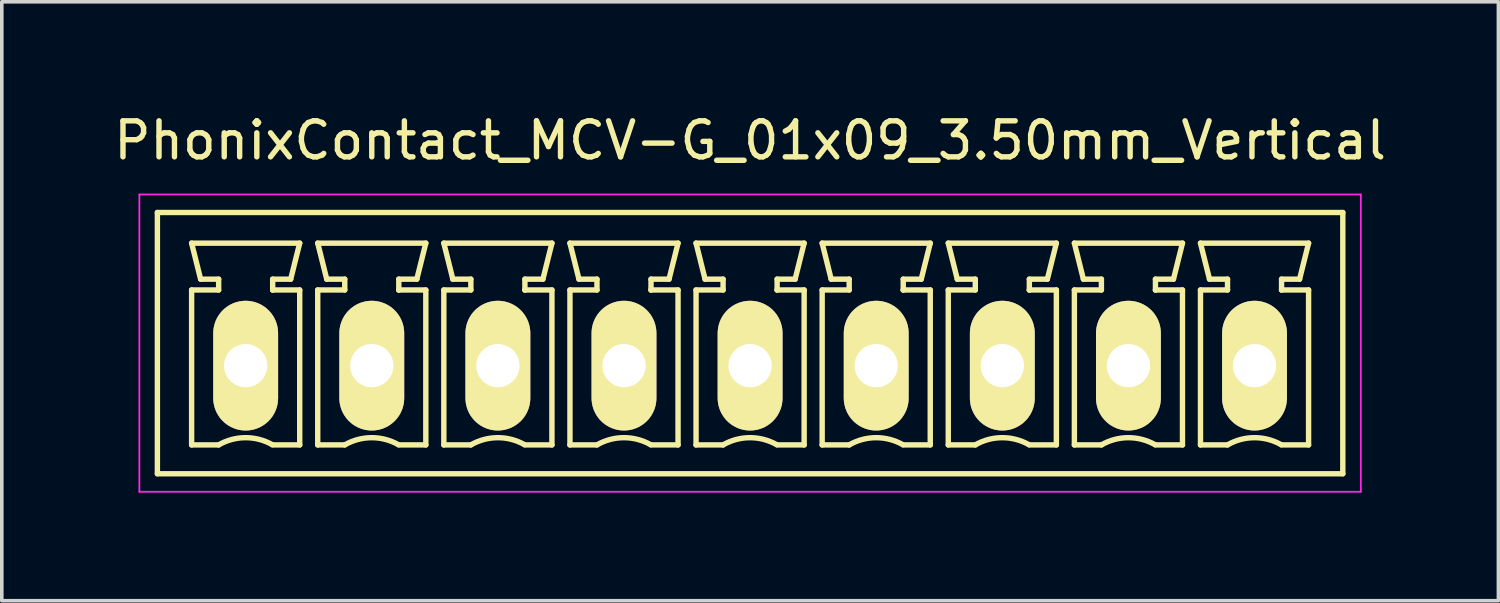
<source format=kicad_pcb>
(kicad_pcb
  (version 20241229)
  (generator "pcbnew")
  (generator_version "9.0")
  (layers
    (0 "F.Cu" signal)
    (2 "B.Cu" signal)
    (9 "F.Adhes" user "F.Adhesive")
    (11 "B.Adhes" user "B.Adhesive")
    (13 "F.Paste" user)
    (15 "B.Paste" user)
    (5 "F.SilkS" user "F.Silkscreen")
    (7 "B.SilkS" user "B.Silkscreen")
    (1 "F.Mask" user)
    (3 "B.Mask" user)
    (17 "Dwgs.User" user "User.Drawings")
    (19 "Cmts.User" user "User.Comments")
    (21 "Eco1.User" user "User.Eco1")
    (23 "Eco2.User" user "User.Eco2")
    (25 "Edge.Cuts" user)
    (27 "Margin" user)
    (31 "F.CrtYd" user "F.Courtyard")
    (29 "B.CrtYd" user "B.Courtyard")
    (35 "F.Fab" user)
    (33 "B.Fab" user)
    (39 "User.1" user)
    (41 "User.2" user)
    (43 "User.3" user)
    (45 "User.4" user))
  (footprint "PhonixContact_MCV-G_01x09_3.50mm_Vertical"
    (layer "F.Cu")
    (at 3.768 7.098)
    (property "Reference" "PhonixContact_MCV-G_01x09_3.50mm_Vertical" (at 14 -6.25 0) (layer "F.SilkS") (effects (font (size 1 1) (thickness 0.15))))
    (attr through_hole)
    (fp_line (start -2.45 -4.25) (end -2.45 3) (stroke (width 0.15) (type solid)) (layer "F.SilkS"))
    (fp_line (start -2.45 3) (end 30.45 3) (stroke (width 0.15) (type solid)) (layer "F.SilkS"))
    (fp_line (start -1.5 -3.4) (end 1.5 -3.4) (stroke (width 0.15) (type solid)) (layer "F.SilkS"))
    (fp_line (start -1.5 -2.1) (end -0.75 -2.1) (stroke (width 0.15) (type solid)) (layer "F.SilkS"))
    (fp_line (start -1.5 2.2) (end -1.5 -2.1) (stroke (width 0.15) (type solid)) (layer "F.SilkS"))
    (fp_line (start -1.25 -2.4) (end -1.5 -3.4) (stroke (width 0.15) (type solid)) (layer "F.SilkS"))
    (fp_line (start -0.75 -2.4) (end -1.25 -2.4) (stroke (width 0.15) (type solid)) (layer "F.SilkS"))
    (fp_line (start -0.75 -2.1) (end -0.75 -2.4) (stroke (width 0.15) (type solid)) (layer "F.SilkS"))
    (fp_line (start -0.75 2.2) (end -1.5 2.2) (stroke (width 0.15) (type solid)) (layer "F.SilkS"))
    (fp_line (start 0.75 -2.4) (end 0.75 -2.1) (stroke (width 0.15) (type solid)) (layer "F.SilkS"))
    (fp_line (start 0.75 -2.1) (end 0.75 -2.1) (stroke (width 0.15) (type solid)) (layer "F.SilkS"))
    (fp_line (start 0.75 -2.1) (end 1.5 -2.1) (stroke (width 0.15) (type solid)) (layer "F.SilkS"))
    (fp_line (start 1.25 -2.4) (end 0.75 -2.4) (stroke (width 0.15) (type solid)) (layer "F.SilkS"))
    (fp_line (start 1.5 -3.4) (end 1.25 -2.4) (stroke (width 0.15) (type solid)) (layer "F.SilkS"))
    (fp_line (start 1.5 -2.1) (end 1.5 2.2) (stroke (width 0.15) (type solid)) (layer "F.SilkS"))
    (fp_line (start 1.5 2.2) (end 0.75 2.2) (stroke (width 0.15) (type solid)) (layer "F.SilkS"))
    (fp_line (start 2 -3.4) (end 5 -3.4) (stroke (width 0.15) (type solid)) (layer "F.SilkS"))
    (fp_line (start 2 -2.1) (end 2.75 -2.1) (stroke (width 0.15) (type solid)) (layer "F.SilkS"))
    (fp_line (start 2 2.2) (end 2 -2.1) (stroke (width 0.15) (type solid)) (layer "F.SilkS"))
    (fp_line (start 2.25 -2.4) (end 2 -3.4) (stroke (width 0.15) (type solid)) (layer "F.SilkS"))
    (fp_line (start 2.75 -2.4) (end 2.25 -2.4) (stroke (width 0.15) (type solid)) (layer "F.SilkS"))
    (fp_line (start 2.75 -2.1) (end 2.75 -2.4) (stroke (width 0.15) (type solid)) (layer "F.SilkS"))
    (fp_line (start 2.75 2.2) (end 2 2.2) (stroke (width 0.15) (type solid)) (layer "F.SilkS"))
    (fp_line (start 4.25 -2.4) (end 4.25 -2.1) (stroke (width 0.15) (type solid)) (layer "F.SilkS"))
    (fp_line (start 4.25 -2.1) (end 4.25 -2.1) (stroke (width 0.15) (type solid)) (layer "F.SilkS"))
    (fp_line (start 4.25 -2.1) (end 5 -2.1) (stroke (width 0.15) (type solid)) (layer "F.SilkS"))
    (fp_line (start 4.75 -2.4) (end 4.25 -2.4) (stroke (width 0.15) (type solid)) (layer "F.SilkS"))
    (fp_line (start 5 -3.4) (end 4.75 -2.4) (stroke (width 0.15) (type solid)) (layer "F.SilkS"))
    (fp_line (start 5 -2.1) (end 5 2.2) (stroke (width 0.15) (type solid)) (layer "F.SilkS"))
    (fp_line (start 5 2.2) (end 4.25 2.2) (stroke (width 0.15) (type solid)) (layer "F.SilkS"))
    (fp_line (start 5.5 -3.4) (end 8.5 -3.4) (stroke (width 0.15) (type solid)) (layer "F.SilkS"))
    (fp_line (start 5.5 -2.1) (end 6.25 -2.1) (stroke (width 0.15) (type solid)) (layer "F.SilkS"))
    (fp_line (start 5.5 2.2) (end 5.5 -2.1) (stroke (width 0.15) (type solid)) (layer "F.SilkS"))
    (fp_line (start 5.75 -2.4) (end 5.5 -3.4) (stroke (width 0.15) (type solid)) (layer "F.SilkS"))
    (fp_line (start 6.25 -2.4) (end 5.75 -2.4) (stroke (width 0.15) (type solid)) (layer "F.SilkS"))
    (fp_line (start 6.25 -2.1) (end 6.25 -2.4) (stroke (width 0.15) (type solid)) (layer "F.SilkS"))
    (fp_line (start 6.25 2.2) (end 5.5 2.2) (stroke (width 0.15) (type solid)) (layer "F.SilkS"))
    (fp_line (start 7.75 -2.4) (end 7.75 -2.1) (stroke (width 0.15) (type solid)) (layer "F.SilkS"))
    (fp_line (start 7.75 -2.1) (end 7.75 -2.1) (stroke (width 0.15) (type solid)) (layer "F.SilkS"))
    (fp_line (start 7.75 -2.1) (end 8.5 -2.1) (stroke (width 0.15) (type solid)) (layer "F.SilkS"))
    (fp_line (start 8.25 -2.4) (end 7.75 -2.4) (stroke (width 0.15) (type solid)) (layer "F.SilkS"))
    (fp_line (start 8.5 -3.4) (end 8.25 -2.4) (stroke (width 0.15) (type solid)) (layer "F.SilkS"))
    (fp_line (start 8.5 -2.1) (end 8.5 2.2) (stroke (width 0.15) (type solid)) (layer "F.SilkS"))
    (fp_line (start 8.5 2.2) (end 7.75 2.2) (stroke (width 0.15) (type solid)) (layer "F.SilkS"))
    (fp_line (start 9 -3.4) (end 12 -3.4) (stroke (width 0.15) (type solid)) (layer "F.SilkS"))
    (fp_line (start 9 -2.1) (end 9.75 -2.1) (stroke (width 0.15) (type solid)) (layer "F.SilkS"))
    (fp_line (start 9 2.2) (end 9 -2.1) (stroke (width 0.15) (type solid)) (layer "F.SilkS"))
    (fp_line (start 9.25 -2.4) (end 9 -3.4) (stroke (width 0.15) (type solid)) (layer "F.SilkS"))
    (fp_line (start 9.75 -2.4) (end 9.25 -2.4) (stroke (width 0.15) (type solid)) (layer "F.SilkS"))
    (fp_line (start 9.75 -2.1) (end 9.75 -2.4) (stroke (width 0.15) (type solid)) (layer "F.SilkS"))
    (fp_line (start 9.75 2.2) (end 9 2.2) (stroke (width 0.15) (type solid)) (layer "F.SilkS"))
    (fp_line (start 11.25 -2.4) (end 11.25 -2.1) (stroke (width 0.15) (type solid)) (layer "F.SilkS"))
    (fp_line (start 11.25 -2.1) (end 11.25 -2.1) (stroke (width 0.15) (type solid)) (layer "F.SilkS"))
    (fp_line (start 11.25 -2.1) (end 12 -2.1) (stroke (width 0.15) (type solid)) (layer "F.SilkS"))
    (fp_line (start 11.75 -2.4) (end 11.25 -2.4) (stroke (width 0.15) (type solid)) (layer "F.SilkS"))
    (fp_line (start 12 -3.4) (end 11.75 -2.4) (stroke (width 0.15) (type solid)) (layer "F.SilkS"))
    (fp_line (start 12 -2.1) (end 12 2.2) (stroke (width 0.15) (type solid)) (layer "F.SilkS"))
    (fp_line (start 12 2.2) (end 11.25 2.2) (stroke (width 0.15) (type solid)) (layer "F.SilkS"))
    (fp_line (start 12.5 -3.4) (end 15.5 -3.4) (stroke (width 0.15) (type solid)) (layer "F.SilkS"))
    (fp_line (start 12.5 -2.1) (end 13.25 -2.1) (stroke (width 0.15) (type solid)) (layer "F.SilkS"))
    (fp_line (start 12.5 2.2) (end 12.5 -2.1) (stroke (width 0.15) (type solid)) (layer "F.SilkS"))
    (fp_line (start 12.75 -2.4) (end 12.5 -3.4) (stroke (width 0.15) (type solid)) (layer "F.SilkS"))
    (fp_line (start 13.25 -2.4) (end 12.75 -2.4) (stroke (width 0.15) (type solid)) (layer "F.SilkS"))
    (fp_line (start 13.25 -2.1) (end 13.25 -2.4) (stroke (width 0.15) (type solid)) (layer "F.SilkS"))
    (fp_line (start 13.25 2.2) (end 12.5 2.2) (stroke (width 0.15) (type solid)) (layer "F.SilkS"))
    (fp_line (start 14.75 -2.4) (end 14.75 -2.1) (stroke (width 0.15) (type solid)) (layer "F.SilkS"))
    (fp_line (start 14.75 -2.1) (end 14.75 -2.1) (stroke (width 0.15) (type solid)) (layer "F.SilkS"))
    (fp_line (start 14.75 -2.1) (end 15.5 -2.1) (stroke (width 0.15) (type solid)) (layer "F.SilkS"))
    (fp_line (start 15.25 -2.4) (end 14.75 -2.4) (stroke (width 0.15) (type solid)) (layer "F.SilkS"))
    (fp_line (start 15.5 -3.4) (end 15.25 -2.4) (stroke (width 0.15) (type solid)) (layer "F.SilkS"))
    (fp_line (start 15.5 -2.1) (end 15.5 2.2) (stroke (width 0.15) (type solid)) (layer "F.SilkS"))
    (fp_line (start 15.5 2.2) (end 14.75 2.2) (stroke (width 0.15) (type solid)) (layer "F.SilkS"))
    (fp_line (start 16 -3.4) (end 19 -3.4) (stroke (width 0.15) (type solid)) (layer "F.SilkS"))
    (fp_line (start 16 -2.1) (end 16.75 -2.1) (stroke (width 0.15) (type solid)) (layer "F.SilkS"))
    (fp_line (start 16 2.2) (end 16 -2.1) (stroke (width 0.15) (type solid)) (layer "F.SilkS"))
    (fp_line (start 16.25 -2.4) (end 16 -3.4) (stroke (width 0.15) (type solid)) (layer "F.SilkS"))
    (fp_line (start 16.75 -2.4) (end 16.25 -2.4) (stroke (width 0.15) (type solid)) (layer "F.SilkS"))
    (fp_line (start 16.75 -2.1) (end 16.75 -2.4) (stroke (width 0.15) (type solid)) (layer "F.SilkS"))
    (fp_line (start 16.75 2.2) (end 16 2.2) (stroke (width 0.15) (type solid)) (layer "F.SilkS"))
    (fp_line (start 18.25 -2.4) (end 18.25 -2.1) (stroke (width 0.15) (type solid)) (layer "F.SilkS"))
    (fp_line (start 18.25 -2.1) (end 18.25 -2.1) (stroke (width 0.15) (type solid)) (layer "F.SilkS"))
    (fp_line (start 18.25 -2.1) (end 19 -2.1) (stroke (width 0.15) (type solid)) (layer "F.SilkS"))
    (fp_line (start 18.75 -2.4) (end 18.25 -2.4) (stroke (width 0.15) (type solid)) (layer "F.SilkS"))
    (fp_line (start 19 -3.4) (end 18.75 -2.4) (stroke (width 0.15) (type solid)) (layer "F.SilkS"))
    (fp_line (start 19 -2.1) (end 19 2.2) (stroke (width 0.15) (type solid)) (layer "F.SilkS"))
    (fp_line (start 19 2.2) (end 18.25 2.2) (stroke (width 0.15) (type solid)) (layer "F.SilkS"))
    (fp_line (start 19.5 -3.4) (end 22.5 -3.4) (stroke (width 0.15) (type solid)) (layer "F.SilkS"))
    (fp_line (start 19.5 -2.1) (end 20.25 -2.1) (stroke (width 0.15) (type solid)) (layer "F.SilkS"))
    (fp_line (start 19.5 2.2) (end 19.5 -2.1) (stroke (width 0.15) (type solid)) (layer "F.SilkS"))
    (fp_line (start 19.75 -2.4) (end 19.5 -3.4) (stroke (width 0.15) (type solid)) (layer "F.SilkS"))
    (fp_line (start 20.25 -2.4) (end 19.75 -2.4) (stroke (width 0.15) (type solid)) (layer "F.SilkS"))
    (fp_line (start 20.25 -2.1) (end 20.25 -2.4) (stroke (width 0.15) (type solid)) (layer "F.SilkS"))
    (fp_line (start 20.25 2.2) (end 19.5 2.2) (stroke (width 0.15) (type solid)) (layer "F.SilkS"))
    (fp_line (start 21.75 -2.4) (end 21.75 -2.1) (stroke (width 0.15) (type solid)) (layer "F.SilkS"))
    (fp_line (start 21.75 -2.1) (end 21.75 -2.1) (stroke (width 0.15) (type solid)) (layer "F.SilkS"))
    (fp_line (start 21.75 -2.1) (end 22.5 -2.1) (stroke (width 0.15) (type solid)) (layer "F.SilkS"))
    (fp_line (start 22.25 -2.4) (end 21.75 -2.4) (stroke (width 0.15) (type solid)) (layer "F.SilkS"))
    (fp_line (start 22.5 -3.4) (end 22.25 -2.4) (stroke (width 0.15) (type solid)) (layer "F.SilkS"))
    (fp_line (start 22.5 -2.1) (end 22.5 2.2) (stroke (width 0.15) (type solid)) (layer "F.SilkS"))
    (fp_line (start 22.5 2.2) (end 21.75 2.2) (stroke (width 0.15) (type solid)) (layer "F.SilkS"))
    (fp_line (start 23 -3.4) (end 26 -3.4) (stroke (width 0.15) (type solid)) (layer "F.SilkS"))
    (fp_line (start 23 -2.1) (end 23.75 -2.1) (stroke (width 0.15) (type solid)) (layer "F.SilkS"))
    (fp_line (start 23 2.2) (end 23 -2.1) (stroke (width 0.15) (type solid)) (layer "F.SilkS"))
    (fp_line (start 23.25 -2.4) (end 23 -3.4) (stroke (width 0.15) (type solid)) (layer "F.SilkS"))
    (fp_line (start 23.75 -2.4) (end 23.25 -2.4) (stroke (width 0.15) (type solid)) (layer "F.SilkS"))
    (fp_line (start 23.75 -2.1) (end 23.75 -2.4) (stroke (width 0.15) (type solid)) (layer "F.SilkS"))
    (fp_line (start 23.75 2.2) (end 23 2.2) (stroke (width 0.15) (type solid)) (layer "F.SilkS"))
    (fp_line (start 25.25 -2.4) (end 25.25 -2.1) (stroke (width 0.15) (type solid)) (layer "F.SilkS"))
    (fp_line (start 25.25 -2.1) (end 25.25 -2.1) (stroke (width 0.15) (type solid)) (layer "F.SilkS"))
    (fp_line (start 25.25 -2.1) (end 26 -2.1) (stroke (width 0.15) (type solid)) (layer "F.SilkS"))
    (fp_line (start 25.75 -2.4) (end 25.25 -2.4) (stroke (width 0.15) (type solid)) (layer "F.SilkS"))
    (fp_line (start 26 -3.4) (end 25.75 -2.4) (stroke (width 0.15) (type solid)) (layer "F.SilkS"))
    (fp_line (start 26 -2.1) (end 26 2.2) (stroke (width 0.15) (type solid)) (layer "F.SilkS"))
    (fp_line (start 26 2.2) (end 25.25 2.2) (stroke (width 0.15) (type solid)) (layer "F.SilkS"))
    (fp_line (start 26.5 -3.4) (end 29.5 -3.4) (stroke (width 0.15) (type solid)) (layer "F.SilkS"))
    (fp_line (start 26.5 -2.1) (end 27.25 -2.1) (stroke (width 0.15) (type solid)) (layer "F.SilkS"))
    (fp_line (start 26.5 2.2) (end 26.5 -2.1) (stroke (width 0.15) (type solid)) (layer "F.SilkS"))
    (fp_line (start 26.75 -2.4) (end 26.5 -3.4) (stroke (width 0.15) (type solid)) (layer "F.SilkS"))
    (fp_line (start 27.25 -2.4) (end 26.75 -2.4) (stroke (width 0.15) (type solid)) (layer "F.SilkS"))
    (fp_line (start 27.25 -2.1) (end 27.25 -2.4) (stroke (width 0.15) (type solid)) (layer "F.SilkS"))
    (fp_line (start 27.25 2.2) (end 26.5 2.2) (stroke (width 0.15) (type solid)) (layer "F.SilkS"))
    (fp_line (start 28.75 -2.4) (end 28.75 -2.1) (stroke (width 0.15) (type solid)) (layer "F.SilkS"))
    (fp_line (start 28.75 -2.1) (end 28.75 -2.1) (stroke (width 0.15) (type solid)) (layer "F.SilkS"))
    (fp_line (start 28.75 -2.1) (end 29.5 -2.1) (stroke (width 0.15) (type solid)) (layer "F.SilkS"))
    (fp_line (start 29.25 -2.4) (end 28.75 -2.4) (stroke (width 0.15) (type solid)) (layer "F.SilkS"))
    (fp_line (start 29.5 -3.4) (end 29.25 -2.4) (stroke (width 0.15) (type solid)) (layer "F.SilkS"))
    (fp_line (start 29.5 -2.1) (end 29.5 2.2) (stroke (width 0.15) (type solid)) (layer "F.SilkS"))
    (fp_line (start 29.5 2.2) (end 28.75 2.2) (stroke (width 0.15) (type solid)) (layer "F.SilkS"))
    (fp_line (start 30.45 -4.25) (end -2.45 -4.25) (stroke (width 0.15) (type solid)) (layer "F.SilkS"))
    (fp_line (start 30.45 3) (end 30.45 -4.25) (stroke (width 0.15) (type solid)) (layer "F.SilkS"))
    (fp_arc (start -0.75 2.2) (mid -0.006068 1.999179) (end 0.739464 2.193978) (stroke (width 0.15) (type solid)) (layer "F.SilkS"))
    (fp_arc (start 2.75 2.2) (mid 3.493932 1.999179) (end 4.239464 2.193978) (stroke (width 0.15) (type solid)) (layer "F.SilkS"))
    (fp_arc (start 6.25 2.2) (mid 6.993932 1.999179) (end 7.739464 2.193978) (stroke (width 0.15) (type solid)) (layer "F.SilkS"))
    (fp_arc (start 9.75 2.2) (mid 10.493932 1.999179) (end 11.239464 2.193978) (stroke (width 0.15) (type solid)) (layer "F.SilkS"))
    (fp_arc (start 13.25 2.2) (mid 13.993932 1.999179) (end 14.739464 2.193978) (stroke (width 0.15) (type solid)) (layer "F.SilkS"))
    (fp_arc (start 16.75 2.2) (mid 17.493932 1.999179) (end 18.239464 2.193978) (stroke (width 0.15) (type solid)) (layer "F.SilkS"))
    (fp_arc (start 20.25 2.2) (mid 20.993932 1.999179) (end 21.739464 2.193978) (stroke (width 0.15) (type solid)) (layer "F.SilkS"))
    (fp_arc (start 23.75 2.2) (mid 24.493932 1.999179) (end 25.239464 2.193978) (stroke (width 0.15) (type solid)) (layer "F.SilkS"))
    (fp_arc (start 27.25 2.2) (mid 27.993932 1.999179) (end 28.739464 2.193978) (stroke (width 0.15) (type solid)) (layer "F.SilkS"))
    (fp_line (start -2.95 -4.75) (end -2.95 3.5) (stroke (width 0.05) (type solid)) (layer "F.CrtYd"))
    (fp_line (start -2.95 3.5) (end 30.95 3.5) (stroke (width 0.05) (type solid)) (layer "F.CrtYd"))
    (fp_line (start 30.95 -4.75) (end -2.95 -4.75) (stroke (width 0.05) (type solid)) (layer "F.CrtYd"))
    (fp_line (start 30.95 3.5) (end 30.95 -4.75) (stroke (width 0.05) (type solid)) (layer "F.CrtYd"))
    (pad "1" thru_hole oval (at 0 0) (size 1.8 3.6) (drill 1.2) (layers "*.Cu" "*.Mask" "F.SilkS"))
    (pad "2" thru_hole oval (at 3.5 0) (size 1.8 3.6) (drill 1.2) (layers "*.Cu" "*.Mask" "F.SilkS"))
    (pad "3" thru_hole oval (at 7 0) (size 1.8 3.6) (drill 1.2) (layers "*.Cu" "*.Mask" "F.SilkS"))
    (pad "4" thru_hole oval (at 10.5 0) (size 1.8 3.6) (drill 1.2) (layers "*.Cu" "*.Mask" "F.SilkS"))
    (pad "5" thru_hole oval (at 14 0) (size 1.8 3.6) (drill 1.2) (layers "*.Cu" "*.Mask" "F.SilkS"))
    (pad "6" thru_hole oval (at 17.5 0) (size 1.8 3.6) (drill 1.2) (layers "*.Cu" "*.Mask" "F.SilkS"))
    (pad "7" thru_hole oval (at 21 0) (size 1.8 3.6) (drill 1.2) (layers "*.Cu" "*.Mask" "F.SilkS"))
    (pad "8" thru_hole oval (at 24.5 0) (size 1.8 3.6) (drill 1.2) (layers "*.Cu" "*.Mask" "F.SilkS"))
    (pad "9" thru_hole oval (at 28 0) (size 1.8 3.6) (drill 1.2) (layers "*.Cu" "*.Mask" "F.SilkS")))
  (gr_rect
    (start -3 -3)
    (end 38.536 13.623)
    (stroke (width 0.1) (type default))
    (fill no)
    (layer "Edge.Cuts")))
</source>
